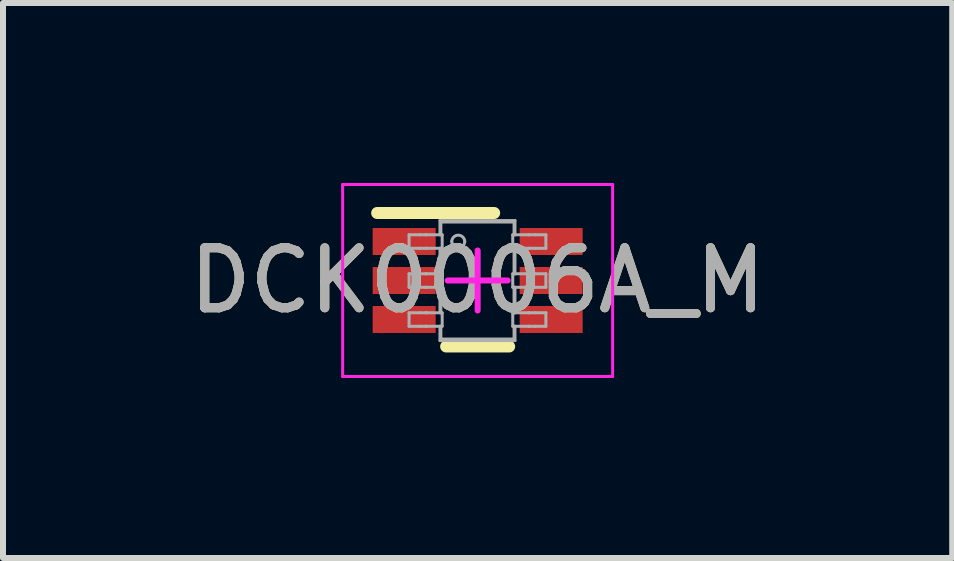
<source format=kicad_pcb>
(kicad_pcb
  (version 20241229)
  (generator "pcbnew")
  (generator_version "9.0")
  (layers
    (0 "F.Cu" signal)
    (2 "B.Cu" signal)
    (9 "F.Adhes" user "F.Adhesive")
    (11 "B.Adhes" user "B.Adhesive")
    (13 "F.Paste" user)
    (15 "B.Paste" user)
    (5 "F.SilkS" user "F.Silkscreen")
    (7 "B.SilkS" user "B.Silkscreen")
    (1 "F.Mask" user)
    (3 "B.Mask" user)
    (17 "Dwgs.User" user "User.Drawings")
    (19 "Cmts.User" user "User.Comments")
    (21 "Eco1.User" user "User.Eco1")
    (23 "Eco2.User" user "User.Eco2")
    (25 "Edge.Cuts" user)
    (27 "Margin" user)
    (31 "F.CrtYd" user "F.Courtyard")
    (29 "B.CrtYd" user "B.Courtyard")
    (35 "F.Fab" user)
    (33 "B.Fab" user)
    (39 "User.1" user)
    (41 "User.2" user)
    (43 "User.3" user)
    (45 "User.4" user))
  (footprint "DCK0006A_M"
    (layer "F.Cu")
    (at 4.911 1.625)
    (property "Reference" "DCK0006A_M" (at 0 0 0) (unlocked yes) (layer "F.SilkS") (effects (font (size 1 1) (thickness 0.15))))
    (attr smd)
    (fp_line (start -1.675 -1.125) (end 0.275 -1.125) (stroke (width 0.2) (type solid)) (layer "F.SilkS"))
    (fp_line (start -0.525 1.1) (end 0.525 1.1) (stroke (width 0.2) (type solid)) (layer "F.SilkS"))
    (fp_line (start -2.25 -1.6) (end 2.25 -1.6) (stroke (width 0.05) (type solid)) (layer "F.CrtYd"))
    (fp_line (start -2.25 1.6) (end -2.25 -1.6) (stroke (width 0.05) (type solid)) (layer "F.CrtYd"))
    (fp_line (start -2.25 1.6) (end 2.25 1.6) (stroke (width 0.05) (type solid)) (layer "F.CrtYd"))
    (fp_line (start -0.5 0) (end 0.5 0) (stroke (width 0.1) (type solid)) (layer "F.CrtYd"))
    (fp_line (start -0.000003 0.5) (end -0.000003 -0.5) (stroke (width 0.1) (type solid)) (layer "F.CrtYd"))
    (fp_line (start 2.25 1.6) (end 2.25 -1.6) (stroke (width 0.05) (type solid)) (layer "F.CrtYd"))
    (fp_line (start -1.143 -0.762) (end -0.959 -0.762) (stroke (width 0.05) (type solid)) (layer "F.Fab"))
    (fp_line (start -1.143 -0.537) (end -1.143 -0.762) (stroke (width 0.05) (type solid)) (layer "F.Fab"))
    (fp_line (start -1.143 -0.537) (end -0.959 -0.537) (stroke (width 0.05) (type solid)) (layer "F.Fab"))
    (fp_line (start -1.143 -0.112) (end -0.959 -0.112) (stroke (width 0.05) (type solid)) (layer "F.Fab"))
    (fp_line (start -1.143 0.113) (end -1.143 -0.112) (stroke (width 0.05) (type solid)) (layer "F.Fab"))
    (fp_line (start -1.143 0.113) (end -0.959 0.113) (stroke (width 0.05) (type solid)) (layer "F.Fab"))
    (fp_line (start -1.143 0.538) (end -0.959 0.538) (stroke (width 0.05) (type solid)) (layer "F.Fab"))
    (fp_line (start -1.143 0.763) (end -1.143 0.538) (stroke (width 0.05) (type solid)) (layer "F.Fab"))
    (fp_line (start -1.143 0.763) (end -0.959 0.763) (stroke (width 0.05) (type solid)) (layer "F.Fab"))
    (fp_line (start -0.959 -0.762) (end -0.865 -0.762) (stroke (width 0.05) (type solid)) (layer "F.Fab"))
    (fp_line (start -0.959 -0.537) (end -0.865 -0.537) (stroke (width 0.05) (type solid)) (layer "F.Fab"))
    (fp_line (start -0.959 -0.112) (end -0.865 -0.112) (stroke (width 0.05) (type solid)) (layer "F.Fab"))
    (fp_line (start -0.959 0.113) (end -0.865 0.113) (stroke (width 0.05) (type solid)) (layer "F.Fab"))
    (fp_line (start -0.959 0.538) (end -0.865 0.538) (stroke (width 0.05) (type solid)) (layer "F.Fab"))
    (fp_line (start -0.959 0.763) (end -0.865 0.763) (stroke (width 0.05) (type solid)) (layer "F.Fab"))
    (fp_line (start -0.865 -0.762) (end -0.853 -0.762) (stroke (width 0.05) (type solid)) (layer "F.Fab"))
    (fp_line (start -0.865 -0.537) (end -0.853 -0.537) (stroke (width 0.05) (type solid)) (layer "F.Fab"))
    (fp_line (start -0.865 -0.112) (end -0.853 -0.112) (stroke (width 0.05) (type solid)) (layer "F.Fab"))
    (fp_line (start -0.865 0.113) (end -0.853 0.113) (stroke (width 0.05) (type solid)) (layer "F.Fab"))
    (fp_line (start -0.865 0.538) (end -0.853 0.538) (stroke (width 0.05) (type solid)) (layer "F.Fab"))
    (fp_line (start -0.865 0.763) (end -0.853 0.763) (stroke (width 0.05) (type solid)) (layer "F.Fab"))
    (fp_line (start -0.853 -0.762) (end -0.628 -0.762) (stroke (width 0.05) (type solid)) (layer "F.Fab"))
    (fp_line (start -0.853 -0.537) (end -0.628 -0.537) (stroke (width 0.05) (type solid)) (layer "F.Fab"))
    (fp_line (start -0.853 -0.112) (end -0.628 -0.112) (stroke (width 0.05) (type solid)) (layer "F.Fab"))
    (fp_line (start -0.853 0.113) (end -0.628 0.113) (stroke (width 0.05) (type solid)) (layer "F.Fab"))
    (fp_line (start -0.853 0.538) (end -0.628 0.538) (stroke (width 0.05) (type solid)) (layer "F.Fab"))
    (fp_line (start -0.853 0.763) (end -0.628 0.763) (stroke (width 0.05) (type solid)) (layer "F.Fab"))
    (fp_line (start -0.628 -0.999) (end 0.622 -0.999) (stroke (width 0.05) (type solid)) (layer "F.Fab"))
    (fp_line (start -0.628 -0.762) (end -0.628 -0.999) (stroke (width 0.05) (type solid)) (layer "F.Fab"))
    (fp_line (start -0.628 -0.762) (end -0.591 -0.762) (stroke (width 0.05) (type solid)) (layer "F.Fab"))
    (fp_line (start -0.628 -0.537) (end -0.591 -0.537) (stroke (width 0.05) (type solid)) (layer "F.Fab"))
    (fp_line (start -0.628 -0.112) (end -0.628 -0.537) (stroke (width 0.05) (type solid)) (layer "F.Fab"))
    (fp_line (start -0.628 -0.112) (end -0.591 -0.112) (stroke (width 0.05) (type solid)) (layer "F.Fab"))
    (fp_line (start -0.628 0.113) (end -0.591 0.113) (stroke (width 0.05) (type solid)) (layer "F.Fab"))
    (fp_line (start -0.628 0.538) (end -0.628 0.113) (stroke (width 0.05) (type solid)) (layer "F.Fab"))
    (fp_line (start -0.628 0.538) (end -0.591 0.538) (stroke (width 0.05) (type solid)) (layer "F.Fab"))
    (fp_line (start -0.628 0.763) (end -0.591 0.763) (stroke (width 0.05) (type solid)) (layer "F.Fab"))
    (fp_line (start -0.628 1.001) (end -0.628 0.763) (stroke (width 0.05) (type solid)) (layer "F.Fab"))
    (fp_line (start -0.628 1.001) (end 0.622 1.001) (stroke (width 0.05) (type solid)) (layer "F.Fab"))
    (fp_line (start -0.613 -0.974) (end 0.607 -0.974) (stroke (width 0.05) (type solid)) (layer "F.Fab"))
    (fp_line (start -0.613 -0.762) (end -0.613 -0.974) (stroke (width 0.05) (type solid)) (layer "F.Fab"))
    (fp_line (start -0.613 -0.112) (end -0.613 -0.537) (stroke (width 0.05) (type solid)) (layer "F.Fab"))
    (fp_line (start -0.613 0.538) (end -0.613 0.113) (stroke (width 0.05) (type solid)) (layer "F.Fab"))
    (fp_line (start -0.613 0.976) (end -0.613 0.763) (stroke (width 0.05) (type solid)) (layer "F.Fab"))
    (fp_line (start -0.613 0.976) (end 0.607 0.976) (stroke (width 0.05) (type solid)) (layer "F.Fab"))
    (fp_line (start -0.591 -0.537) (end -0.591 -0.762) (stroke (width 0.05) (type solid)) (layer "F.Fab"))
    (fp_line (start -0.591 0.113) (end -0.591 -0.112) (stroke (width 0.05) (type solid)) (layer "F.Fab"))
    (fp_line (start -0.591 0.763) (end -0.591 0.538) (stroke (width 0.05) (type solid)) (layer "F.Fab"))
    (fp_line (start 0.585 -0.762) (end 0.622 -0.762) (stroke (width 0.05) (type solid)) (layer "F.Fab"))
    (fp_line (start 0.585 -0.537) (end 0.585 -0.762) (stroke (width 0.05) (type solid)) (layer "F.Fab"))
    (fp_line (start 0.585 -0.537) (end 0.622 -0.537) (stroke (width 0.05) (type solid)) (layer "F.Fab"))
    (fp_line (start 0.585 -0.112) (end 0.622 -0.112) (stroke (width 0.05) (type solid)) (layer "F.Fab"))
    (fp_line (start 0.585 0.113) (end 0.585 -0.112) (stroke (width 0.05) (type solid)) (layer "F.Fab"))
    (fp_line (start 0.585 0.113) (end 0.622 0.113) (stroke (width 0.05) (type solid)) (layer "F.Fab"))
    (fp_line (start 0.585 0.538) (end 0.622 0.538) (stroke (width 0.05) (type solid)) (layer "F.Fab"))
    (fp_line (start 0.585 0.763) (end 0.585 0.538) (stroke (width 0.05) (type solid)) (layer "F.Fab"))
    (fp_line (start 0.585 0.763) (end 0.622 0.763) (stroke (width 0.05) (type solid)) (layer "F.Fab"))
    (fp_line (start 0.607 -0.762) (end 0.607 -0.974) (stroke (width 0.05) (type solid)) (layer "F.Fab"))
    (fp_line (start 0.607 -0.112) (end 0.607 -0.537) (stroke (width 0.05) (type solid)) (layer "F.Fab"))
    (fp_line (start 0.607 0.538) (end 0.607 0.113) (stroke (width 0.05) (type solid)) (layer "F.Fab"))
    (fp_line (start 0.607 0.976) (end 0.607 0.763) (stroke (width 0.05) (type solid)) (layer "F.Fab"))
    (fp_line (start 0.622 -0.762) (end 0.622 -0.999) (stroke (width 0.05) (type solid)) (layer "F.Fab"))
    (fp_line (start 0.622 -0.762) (end 0.847 -0.762) (stroke (width 0.05) (type solid)) (layer "F.Fab"))
    (fp_line (start 0.622 -0.537) (end 0.847 -0.537) (stroke (width 0.05) (type solid)) (layer "F.Fab"))
    (fp_line (start 0.622 -0.112) (end 0.622 -0.537) (stroke (width 0.05) (type solid)) (layer "F.Fab"))
    (fp_line (start 0.622 -0.112) (end 0.847 -0.112) (stroke (width 0.05) (type solid)) (layer "F.Fab"))
    (fp_line (start 0.622 0.113) (end 0.847 0.113) (stroke (width 0.05) (type solid)) (layer "F.Fab"))
    (fp_line (start 0.622 0.538) (end 0.622 0.113) (stroke (width 0.05) (type solid)) (layer "F.Fab"))
    (fp_line (start 0.622 0.538) (end 0.847 0.538) (stroke (width 0.05) (type solid)) (layer "F.Fab"))
    (fp_line (start 0.622 0.763) (end 0.847 0.763) (stroke (width 0.05) (type solid)) (layer "F.Fab"))
    (fp_line (start 0.622 1.001) (end 0.622 0.763) (stroke (width 0.05) (type solid)) (layer "F.Fab"))
    (fp_line (start 0.847 -0.762) (end 0.859 -0.762) (stroke (width 0.05) (type solid)) (layer "F.Fab"))
    (fp_line (start 0.847 -0.537) (end 0.859 -0.537) (stroke (width 0.05) (type solid)) (layer "F.Fab"))
    (fp_line (start 0.847 -0.112) (end 0.859 -0.112) (stroke (width 0.05) (type solid)) (layer "F.Fab"))
    (fp_line (start 0.847 0.113) (end 0.859 0.113) (stroke (width 0.05) (type solid)) (layer "F.Fab"))
    (fp_line (start 0.847 0.538) (end 0.859 0.538) (stroke (width 0.05) (type solid)) (layer "F.Fab"))
    (fp_line (start 0.847 0.763) (end 0.859 0.763) (stroke (width 0.05) (type solid)) (layer "F.Fab"))
    (fp_line (start 0.859 -0.762) (end 0.953 -0.762) (stroke (width 0.05) (type solid)) (layer "F.Fab"))
    (fp_line (start 0.859 -0.537) (end 0.953 -0.537) (stroke (width 0.05) (type solid)) (layer "F.Fab"))
    (fp_line (start 0.859 -0.112) (end 0.953 -0.112) (stroke (width 0.05) (type solid)) (layer "F.Fab"))
    (fp_line (start 0.859 0.113) (end 0.953 0.113) (stroke (width 0.05) (type solid)) (layer "F.Fab"))
    (fp_line (start 0.859 0.538) (end 0.953 0.538) (stroke (width 0.05) (type solid)) (layer "F.Fab"))
    (fp_line (start 0.859 0.763) (end 0.953 0.763) (stroke (width 0.05) (type solid)) (layer "F.Fab"))
    (fp_line (start 0.953 -0.762) (end 1.137 -0.762) (stroke (width 0.05) (type solid)) (layer "F.Fab"))
    (fp_line (start 0.953 -0.537) (end 1.137 -0.537) (stroke (width 0.05) (type solid)) (layer "F.Fab"))
    (fp_line (start 0.953 -0.112) (end 1.137 -0.112) (stroke (width 0.05) (type solid)) (layer "F.Fab"))
    (fp_line (start 0.953 0.113) (end 1.137 0.113) (stroke (width 0.05) (type solid)) (layer "F.Fab"))
    (fp_line (start 0.953 0.538) (end 1.137 0.538) (stroke (width 0.05) (type solid)) (layer "F.Fab"))
    (fp_line (start 0.953 0.763) (end 1.137 0.763) (stroke (width 0.05) (type solid)) (layer "F.Fab"))
    (fp_line (start 1.137 -0.537) (end 1.137 -0.762) (stroke (width 0.05) (type solid)) (layer "F.Fab"))
    (fp_line (start 1.137 0.113) (end 1.137 -0.112) (stroke (width 0.05) (type solid)) (layer "F.Fab"))
    (fp_line (start 1.137 0.763) (end 1.137 0.538) (stroke (width 0.05) (type solid)) (layer "F.Fab"))
    (fp_arc (start -0.431546 -0.650138) (mid -0.323177 -0.758507) (end -0.214808 -0.650138) (stroke (width 0.05) (type solid)) (layer "F.Fab"))
    (fp_arc (start -0.214808 -0.650138) (mid -0.323177 -0.541769) (end -0.431546 -0.650138) (stroke (width 0.05) (type solid)) (layer "F.Fab"))
    (fp_text user "${REFERENCE}" (at 0 0 0) (unlocked yes) (layer "F.Fab") (effects (font (size 1 1) (thickness 0.15))))
    (pad "1" smd rect (at -1.225 -0.65 90) (size 0.45 1.05) (layers "F.Cu" "F.Mask" "F.Paste"))
    (pad "2" smd rect (at -1.225 0 90) (size 0.45 1.05) (layers "F.Cu" "F.Mask" "F.Paste"))
    (pad "3" smd rect (at -1.225 0.65 90) (size 0.45 1.05) (layers "F.Cu" "F.Mask" "F.Paste"))
    (pad "4" smd rect (at 1.225 0.65 90) (size 0.45 1.05) (layers "F.Cu" "F.Mask" "F.Paste"))
    (pad "5" smd rect (at 1.225 0 90) (size 0.45 1.05) (layers "F.Cu" "F.Mask" "F.Paste"))
    (pad "6" smd rect (at 1.225 -0.65 90) (size 0.45 1.05) (layers "F.Cu" "F.Mask" "F.Paste")))
  (gr_rect
    (start -3 -3)
    (end 12.821 6.25)
    (stroke (width 0.1) (type default))
    (fill no)
    (layer "Edge.Cuts")))
</source>
